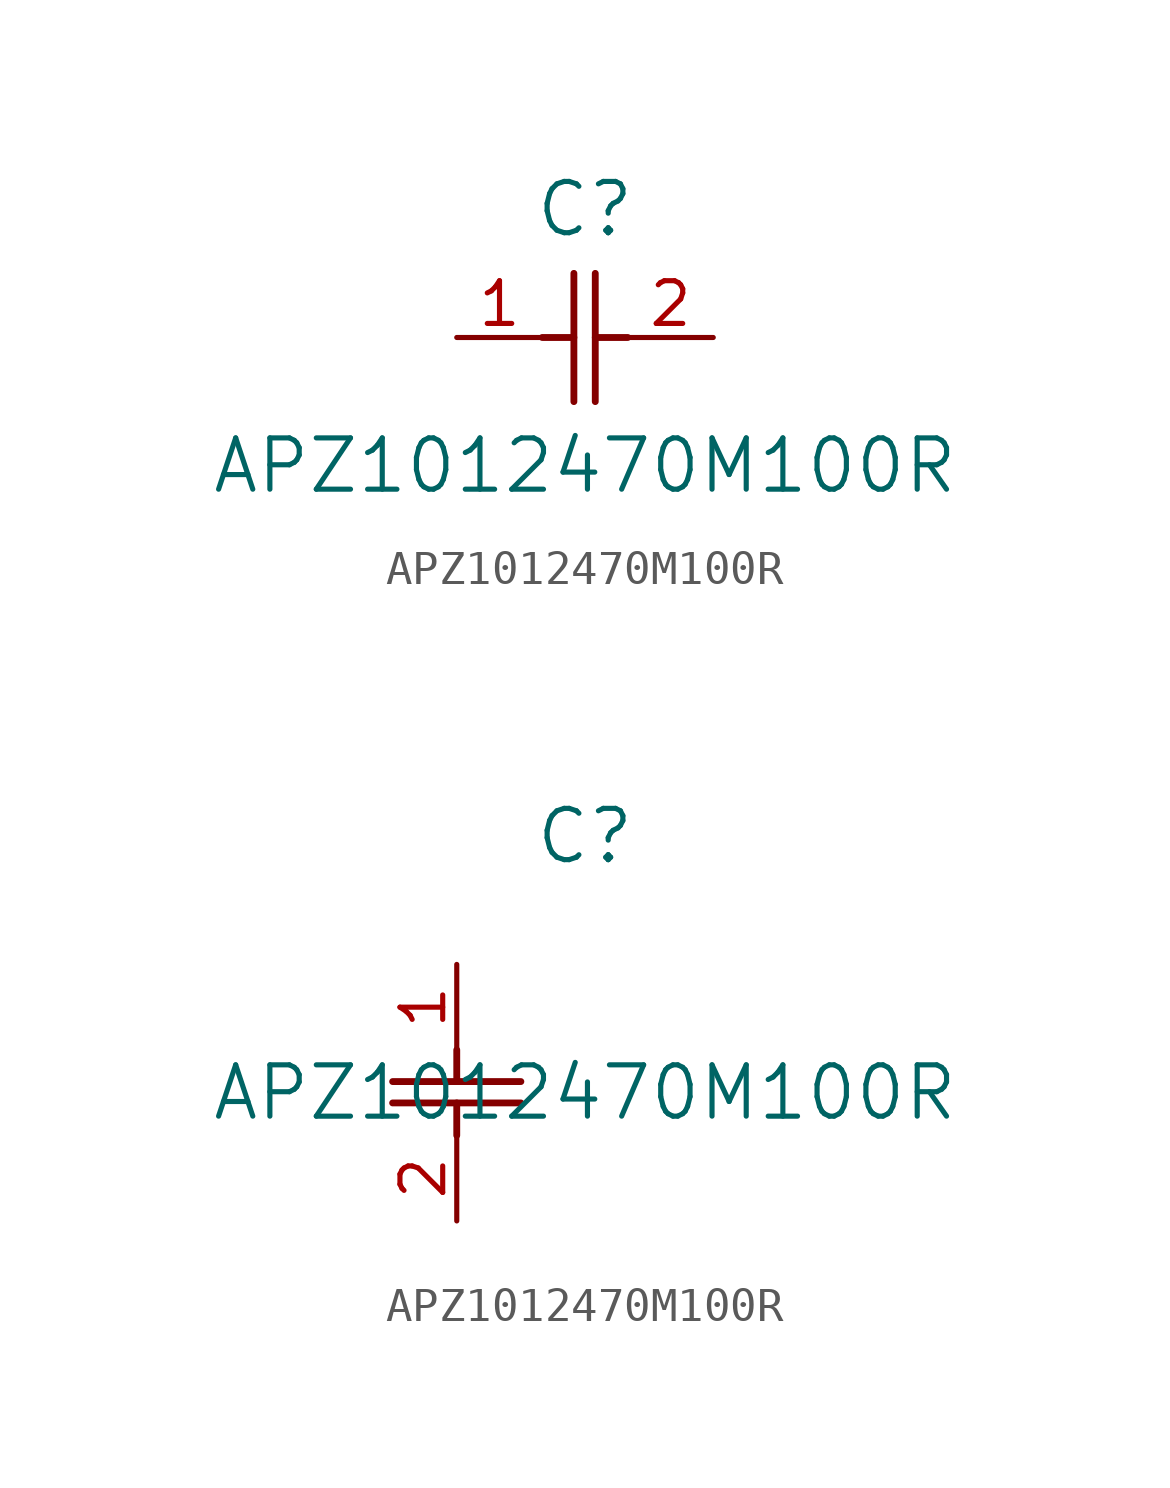
<source format=kicad_sym>
(kicad_symbol_lib
  (version 20211014)
  (generator kicad_symbol_editor)
  (symbol "APZ1012470M100R"
    (pin_names
      (offset 0.254))
    (property "Reference" "C"
      (at 3.81 3.81 0)
      (effects (font (size 1.524 1.524))))
    (property "Value" "APZ1012470M100R"
      (at 3.81 -3.81 0)
      (effects (font (size 1.524 1.524))))
    (symbol "APZ1012470M100R_1_1"
      (polyline (pts (xy 3.48 -1.905) (xy 3.48 1.905)) (stroke (width 0.203) (type default) (color 0 0 0 0)) (fill (type none)))
      (polyline (pts (xy 4.115 -1.905) (xy 4.115 1.905)) (stroke (width 0.203) (type default) (color 0 0 0 0)) (fill (type none)))
      (polyline (pts (xy 4.115 0) (xy 5.08 0)) (stroke (width 0.203) (type default) (color 0 0 0 0)) (fill (type none)))
      (polyline (pts (xy 2.54 0) (xy 3.48 0)) (stroke (width 0.203) (type default) (color 0 0 0 0)) (fill (type none)))
      (pin unspecified line (at 0 0 0) (length 2.54) (name "" (effects (font (size 1.27 1.27)))) (number "1" (effects (font (size 1.27 1.27)))))
      (pin unspecified line (at 7.62 0 180) (length 2.54) (name "" (effects (font (size 1.27 1.27)))) (number "2" (effects (font (size 1.27 1.27))))))
    (symbol "APZ1012470M100R_1_2"
      (polyline (pts (xy -1.905 -3.48) (xy 1.905 -3.48)) (stroke (width 0.203) (type default) (color 0 0 0 0)) (fill (type none)))
      (polyline (pts (xy -1.905 -4.115) (xy 1.905 -4.115)) (stroke (width 0.203) (type default) (color 0 0 0 0)) (fill (type none)))
      (polyline (pts (xy 0 -4.115) (xy 0 -5.08)) (stroke (width 0.203) (type default) (color 0 0 0 0)) (fill (type none)))
      (polyline (pts (xy 0 -2.54) (xy 0 -3.48)) (stroke (width 0.203) (type default) (color 0 0 0 0)) (fill (type none)))
      (pin unspecified line (at 0 0 270) (length 2.54) (name "" (effects (font (size 1.27 1.27)))) (number "1" (effects (font (size 1.27 1.27)))))
      (pin unspecified line (at 0 -7.62 90) (length 2.54) (name "" (effects (font (size 1.27 1.27)))) (number "2" (effects (font (size 1.27 1.27))))))))
</source>
